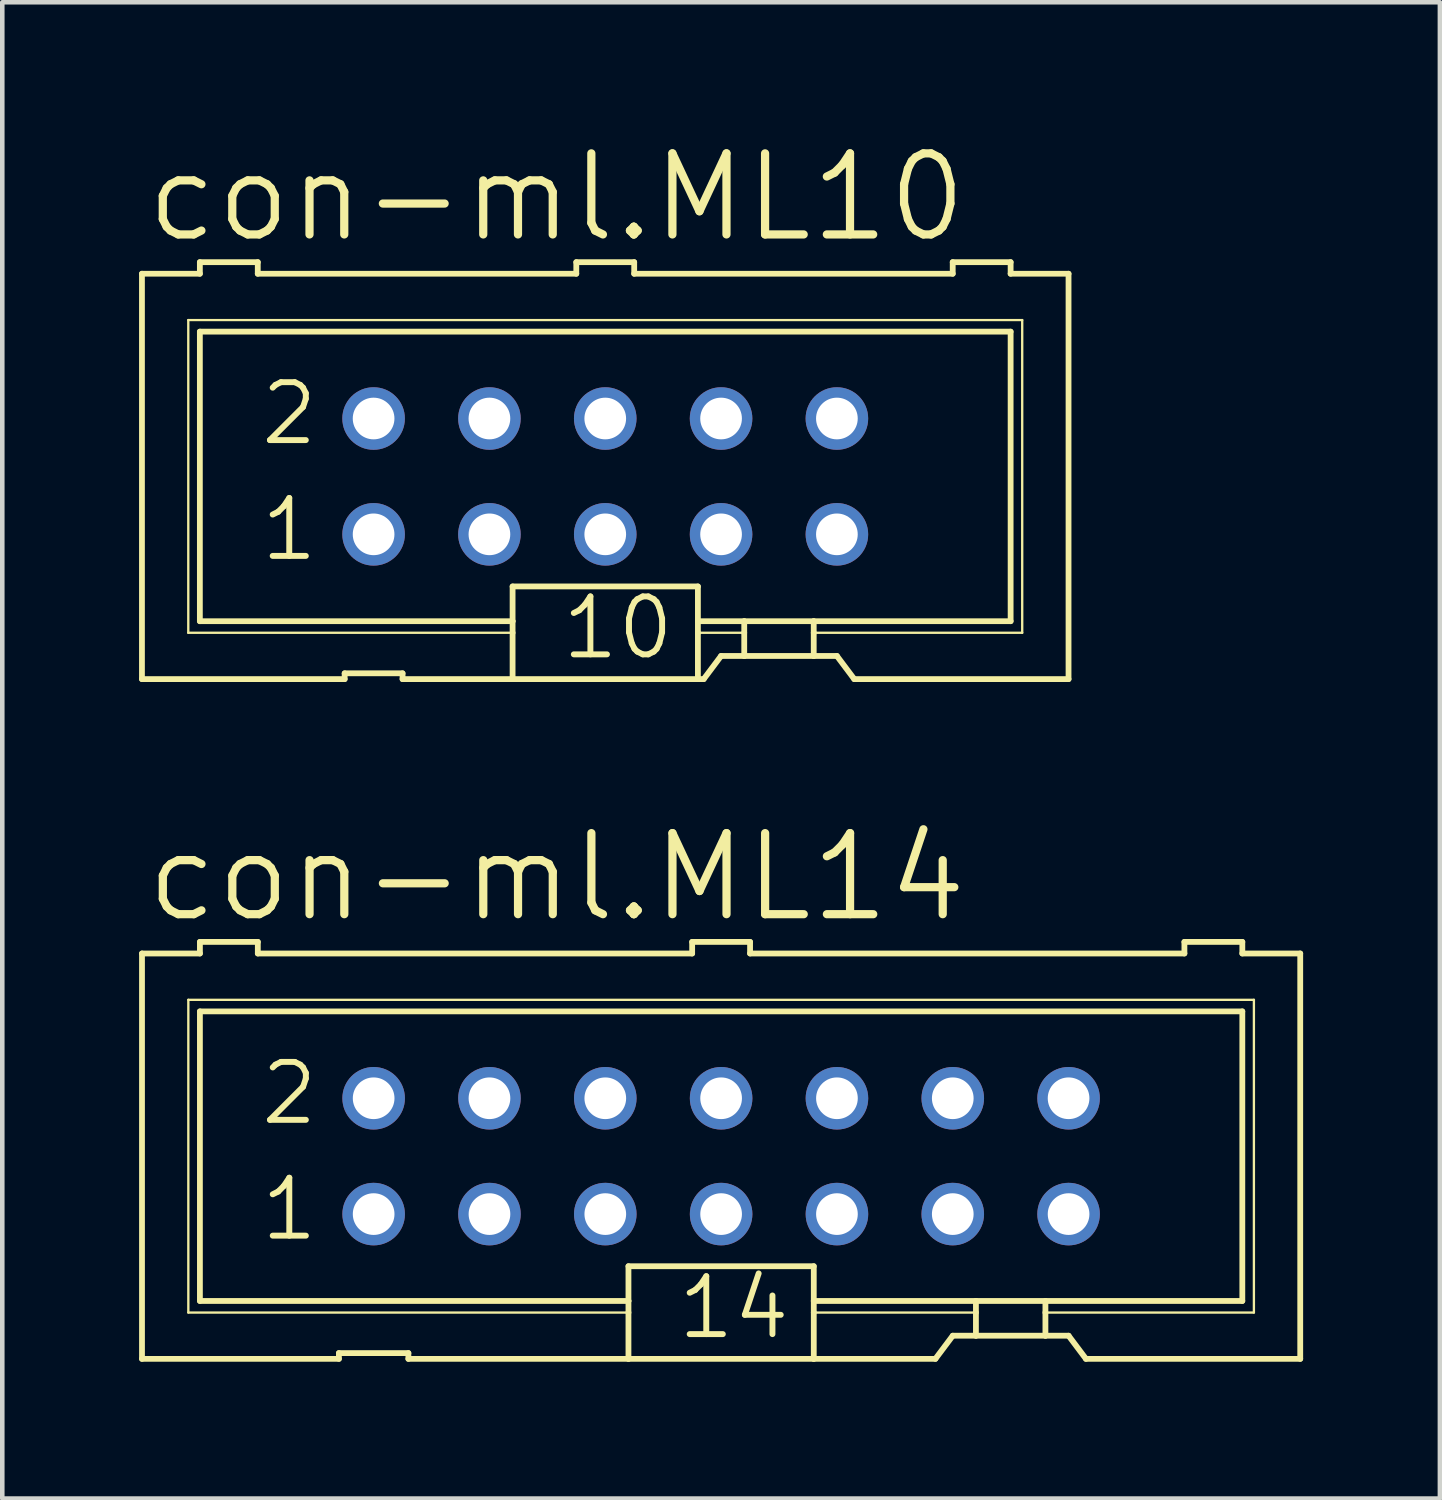
<source format=kicad_pcb>
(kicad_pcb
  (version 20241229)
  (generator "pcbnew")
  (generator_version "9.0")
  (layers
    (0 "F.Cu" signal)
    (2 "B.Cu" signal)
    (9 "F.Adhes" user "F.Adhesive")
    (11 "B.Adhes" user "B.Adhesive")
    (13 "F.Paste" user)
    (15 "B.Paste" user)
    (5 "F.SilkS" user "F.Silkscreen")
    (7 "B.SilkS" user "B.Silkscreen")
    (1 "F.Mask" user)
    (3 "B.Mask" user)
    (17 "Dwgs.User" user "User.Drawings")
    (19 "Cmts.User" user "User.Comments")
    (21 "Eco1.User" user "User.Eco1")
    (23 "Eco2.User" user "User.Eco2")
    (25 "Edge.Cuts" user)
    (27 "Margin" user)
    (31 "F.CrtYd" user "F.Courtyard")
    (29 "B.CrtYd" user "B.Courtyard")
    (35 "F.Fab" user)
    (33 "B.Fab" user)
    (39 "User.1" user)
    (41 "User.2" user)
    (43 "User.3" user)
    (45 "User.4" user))
  (footprint "con-ml.ML10"
    (layer "F.Cu")
    (at 10.223 7.398)
    (property "Reference" "con-ml.ML10" (at -10.16 -5.08 0) (layer "F.SilkS") (effects (font (size 1.778 1.778) (thickness 0.18)) (justify left bottom)))
    (attr through_hole)
    (fp_line (start -10.16 -4.445) (end -10.16 4.445) (stroke (width 0.127) (type default)) (layer "F.SilkS"))
    (fp_line (start -10.16 -4.445) (end -8.89 -4.445) (stroke (width 0.127) (type default)) (layer "F.SilkS"))
    (fp_line (start -9.144 -3.429) (end -9.144 3.429) (stroke (width 0.051) (type default)) (layer "F.SilkS"))
    (fp_line (start -9.144 3.429) (end -2.032 3.429) (stroke (width 0.051) (type default)) (layer "F.SilkS"))
    (fp_line (start -8.89 -4.699) (end -8.89 -4.445) (stroke (width 0.127) (type default)) (layer "F.SilkS"))
    (fp_line (start -8.89 -3.175) (end -8.89 3.175) (stroke (width 0.127) (type default)) (layer "F.SilkS"))
    (fp_line (start -8.89 -3.175) (end 8.89 -3.175) (stroke (width 0.127) (type default)) (layer "F.SilkS"))
    (fp_line (start -7.62 -4.699) (end -8.89 -4.699) (stroke (width 0.127) (type default)) (layer "F.SilkS"))
    (fp_line (start -7.62 -4.699) (end -7.62 -4.445) (stroke (width 0.127) (type default)) (layer "F.SilkS"))
    (fp_line (start -7.62 -4.445) (end -0.635 -4.445) (stroke (width 0.127) (type default)) (layer "F.SilkS"))
    (fp_line (start -5.715 4.445) (end -10.16 4.445) (stroke (width 0.127) (type default)) (layer "F.SilkS"))
    (fp_line (start -5.715 4.445) (end -5.715 4.318) (stroke (width 0.127) (type default)) (layer "F.SilkS"))
    (fp_line (start -4.445 4.318) (end -5.715 4.318) (stroke (width 0.127) (type default)) (layer "F.SilkS"))
    (fp_line (start -4.445 4.318) (end -4.445 4.445) (stroke (width 0.127) (type default)) (layer "F.SilkS"))
    (fp_line (start -2.032 3.175) (end -8.89 3.175) (stroke (width 0.127) (type default)) (layer "F.SilkS"))
    (fp_line (start -2.032 3.175) (end -2.032 2.413) (stroke (width 0.127) (type default)) (layer "F.SilkS"))
    (fp_line (start -2.032 3.175) (end -2.032 3.429) (stroke (width 0.127) (type default)) (layer "F.SilkS"))
    (fp_line (start -2.032 3.429) (end -2.032 4.445) (stroke (width 0.127) (type default)) (layer "F.SilkS"))
    (fp_line (start -2.032 4.445) (end -4.445 4.445) (stroke (width 0.127) (type default)) (layer "F.SilkS"))
    (fp_line (start -0.635 -4.699) (end -0.635 -4.445) (stroke (width 0.127) (type default)) (layer "F.SilkS"))
    (fp_line (start 0.635 -4.699) (end -0.635 -4.699) (stroke (width 0.127) (type default)) (layer "F.SilkS"))
    (fp_line (start 0.635 -4.699) (end 0.635 -4.445) (stroke (width 0.127) (type default)) (layer "F.SilkS"))
    (fp_line (start 0.635 -4.445) (end 7.62 -4.445) (stroke (width 0.127) (type default)) (layer "F.SilkS"))
    (fp_line (start 2.032 2.413) (end -2.032 2.413) (stroke (width 0.127) (type default)) (layer "F.SilkS"))
    (fp_line (start 2.032 2.413) (end 2.032 3.175) (stroke (width 0.127) (type default)) (layer "F.SilkS"))
    (fp_line (start 2.032 3.175) (end 2.032 3.429) (stroke (width 0.127) (type default)) (layer "F.SilkS"))
    (fp_line (start 2.032 3.429) (end 2.032 4.445) (stroke (width 0.127) (type default)) (layer "F.SilkS"))
    (fp_line (start 2.032 4.445) (end -2.032 4.445) (stroke (width 0.127) (type default)) (layer "F.SilkS"))
    (fp_line (start 2.159 4.445) (end 2.032 4.445) (stroke (width 0.127) (type default)) (layer "F.SilkS"))
    (fp_line (start 2.159 4.445) (end 2.54 3.937) (stroke (width 0.127) (type default)) (layer "F.SilkS"))
    (fp_line (start 3.048 3.175) (end 2.032 3.175) (stroke (width 0.127) (type default)) (layer "F.SilkS"))
    (fp_line (start 3.048 3.175) (end 3.048 3.429) (stroke (width 0.127) (type default)) (layer "F.SilkS"))
    (fp_line (start 3.048 3.429) (end 2.032 3.429) (stroke (width 0.051) (type default)) (layer "F.SilkS"))
    (fp_line (start 3.048 3.429) (end 3.048 3.937) (stroke (width 0.127) (type default)) (layer "F.SilkS"))
    (fp_line (start 3.048 3.937) (end 2.54 3.937) (stroke (width 0.127) (type default)) (layer "F.SilkS"))
    (fp_line (start 4.572 3.175) (end 3.048 3.175) (stroke (width 0.127) (type default)) (layer "F.SilkS"))
    (fp_line (start 4.572 3.175) (end 4.572 3.429) (stroke (width 0.127) (type default)) (layer "F.SilkS"))
    (fp_line (start 4.572 3.429) (end 4.572 3.937) (stroke (width 0.127) (type default)) (layer "F.SilkS"))
    (fp_line (start 4.572 3.429) (end 9.144 3.429) (stroke (width 0.051) (type default)) (layer "F.SilkS"))
    (fp_line (start 4.572 3.937) (end 3.048 3.937) (stroke (width 0.127) (type default)) (layer "F.SilkS"))
    (fp_line (start 5.08 3.937) (end 4.572 3.937) (stroke (width 0.127) (type default)) (layer "F.SilkS"))
    (fp_line (start 5.08 3.937) (end 5.461 4.445) (stroke (width 0.127) (type default)) (layer "F.SilkS"))
    (fp_line (start 7.62 -4.445) (end 7.62 -4.699) (stroke (width 0.127) (type default)) (layer "F.SilkS"))
    (fp_line (start 8.89 -4.699) (end 7.62 -4.699) (stroke (width 0.127) (type default)) (layer "F.SilkS"))
    (fp_line (start 8.89 -4.445) (end 8.89 -4.699) (stroke (width 0.127) (type default)) (layer "F.SilkS"))
    (fp_line (start 8.89 -4.445) (end 10.16 -4.445) (stroke (width 0.127) (type default)) (layer "F.SilkS"))
    (fp_line (start 8.89 3.175) (end 4.572 3.175) (stroke (width 0.127) (type default)) (layer "F.SilkS"))
    (fp_line (start 8.89 3.175) (end 8.89 -3.175) (stroke (width 0.127) (type default)) (layer "F.SilkS"))
    (fp_line (start 9.144 -3.429) (end -9.144 -3.429) (stroke (width 0.051) (type default)) (layer "F.SilkS"))
    (fp_line (start 9.144 3.429) (end 9.144 -3.429) (stroke (width 0.051) (type default)) (layer "F.SilkS"))
    (fp_line (start 10.16 4.445) (end 5.461 4.445) (stroke (width 0.127) (type default)) (layer "F.SilkS"))
    (fp_line (start 10.16 4.445) (end 10.16 -4.445) (stroke (width 0.127) (type default)) (layer "F.SilkS"))
    (fp_rect (start -5.334 -1.016) (end -4.826 -1.524) (stroke (width 0.05) (type default)) (fill no) (layer "F.Fab"))
    (fp_rect (start -5.334 1.524) (end -4.826 1.016) (stroke (width 0.05) (type default)) (fill no) (layer "F.Fab"))
    (fp_rect (start -2.794 -1.016) (end -2.286 -1.524) (stroke (width 0.05) (type default)) (fill no) (layer "F.Fab"))
    (fp_rect (start -2.794 1.524) (end -2.286 1.016) (stroke (width 0.05) (type default)) (fill no) (layer "F.Fab"))
    (fp_rect (start -0.254 -1.016) (end 0.254 -1.524) (stroke (width 0.05) (type default)) (fill no) (layer "F.Fab"))
    (fp_rect (start -0.254 1.524) (end 0.254 1.016) (stroke (width 0.05) (type default)) (fill no) (layer "F.Fab"))
    (fp_rect (start 2.286 -1.016) (end 2.794 -1.524) (stroke (width 0.05) (type default)) (fill no) (layer "F.Fab"))
    (fp_rect (start 2.286 1.524) (end 2.794 1.016) (stroke (width 0.05) (type default)) (fill no) (layer "F.Fab"))
    (fp_rect (start 4.826 -1.016) (end 5.334 -1.524) (stroke (width 0.05) (type default)) (fill no) (layer "F.Fab"))
    (fp_rect (start 4.826 1.524) (end 5.334 1.016) (stroke (width 0.05) (type default)) (fill no) (layer "F.Fab"))
    (fp_text user "2" (at -7.62 -0.635 0) (layer "F.SilkS") (effects (font (size 1.27 1.27) (thickness 0.13)) (justify left bottom)))
    (fp_text user "1" (at -7.62 1.905 0) (layer "F.SilkS") (effects (font (size 1.27 1.27) (thickness 0.13)) (justify left bottom)))
    (fp_text user "10" (at -1.016 4.064 0) (layer "F.SilkS") (effects (font (size 1.27 1.27) (thickness 0.13)) (justify left bottom)))
    (pad "1" thru_hole circle (at -5.08 1.27) (size 1.372 1.372) (drill 0.914) (layers "*.Cu" "*.Mask"))
    (pad "2" thru_hole circle (at -5.08 -1.27) (size 1.372 1.372) (drill 0.914) (layers "*.Cu" "*.Mask"))
    (pad "3" thru_hole circle (at -2.54 1.27) (size 1.372 1.372) (drill 0.914) (layers "*.Cu" "*.Mask"))
    (pad "4" thru_hole circle (at -2.54 -1.27) (size 1.372 1.372) (drill 0.914) (layers "*.Cu" "*.Mask"))
    (pad "5" thru_hole circle (at 0 1.27) (size 1.372 1.372) (drill 0.914) (layers "*.Cu" "*.Mask"))
    (pad "6" thru_hole circle (at 0 -1.27) (size 1.372 1.372) (drill 0.914) (layers "*.Cu" "*.Mask"))
    (pad "7" thru_hole circle (at 2.54 1.27) (size 1.372 1.372) (drill 0.914) (layers "*.Cu" "*.Mask"))
    (pad "8" thru_hole circle (at 2.54 -1.27) (size 1.372 1.372) (drill 0.914) (layers "*.Cu" "*.Mask"))
    (pad "9" thru_hole circle (at 5.08 1.27) (size 1.372 1.372) (drill 0.914) (layers "*.Cu" "*.Mask"))
    (pad "10" thru_hole circle (at 5.08 -1.27) (size 1.372 1.372) (drill 0.914) (layers "*.Cu" "*.Mask")))
  (footprint "con-ml.ML14"
    (layer "F.Cu")
    (at 12.764 22.305)
    (property "Reference" "con-ml.ML14" (at -12.7 -5.08 0) (layer "F.SilkS") (effects (font (size 1.778 1.778) (thickness 0.18)) (justify left bottom)))
    (attr through_hole)
    (fp_line (start -12.7 -4.445) (end -12.7 4.445) (stroke (width 0.127) (type default)) (layer "F.SilkS"))
    (fp_line (start -12.7 -4.445) (end -11.43 -4.445) (stroke (width 0.127) (type default)) (layer "F.SilkS"))
    (fp_line (start -11.684 -3.429) (end -11.684 3.429) (stroke (width 0.051) (type default)) (layer "F.SilkS"))
    (fp_line (start -11.684 3.429) (end -2.032 3.429) (stroke (width 0.051) (type default)) (layer "F.SilkS"))
    (fp_line (start -11.43 -4.699) (end -11.43 -4.445) (stroke (width 0.127) (type default)) (layer "F.SilkS"))
    (fp_line (start -11.43 -3.175) (end -11.43 3.175) (stroke (width 0.127) (type default)) (layer "F.SilkS"))
    (fp_line (start -11.43 -3.175) (end 11.43 -3.175) (stroke (width 0.127) (type default)) (layer "F.SilkS"))
    (fp_line (start -10.16 -4.699) (end -11.43 -4.699) (stroke (width 0.127) (type default)) (layer "F.SilkS"))
    (fp_line (start -10.16 -4.699) (end -10.16 -4.445) (stroke (width 0.127) (type default)) (layer "F.SilkS"))
    (fp_line (start -10.16 -4.445) (end -0.635 -4.445) (stroke (width 0.127) (type default)) (layer "F.SilkS"))
    (fp_line (start -8.382 4.445) (end -12.7 4.445) (stroke (width 0.127) (type default)) (layer "F.SilkS"))
    (fp_line (start -8.382 4.445) (end -8.382 4.318) (stroke (width 0.127) (type default)) (layer "F.SilkS"))
    (fp_line (start -6.858 4.318) (end -8.382 4.318) (stroke (width 0.127) (type default)) (layer "F.SilkS"))
    (fp_line (start -6.858 4.318) (end -6.858 4.445) (stroke (width 0.127) (type default)) (layer "F.SilkS"))
    (fp_line (start -2.032 3.175) (end -11.43 3.175) (stroke (width 0.127) (type default)) (layer "F.SilkS"))
    (fp_line (start -2.032 3.175) (end -2.032 2.413) (stroke (width 0.127) (type default)) (layer "F.SilkS"))
    (fp_line (start -2.032 3.175) (end -2.032 3.429) (stroke (width 0.127) (type default)) (layer "F.SilkS"))
    (fp_line (start -2.032 3.429) (end -2.032 4.445) (stroke (width 0.127) (type default)) (layer "F.SilkS"))
    (fp_line (start -2.032 4.445) (end -6.858 4.445) (stroke (width 0.127) (type default)) (layer "F.SilkS"))
    (fp_line (start -0.635 -4.699) (end -0.635 -4.445) (stroke (width 0.127) (type default)) (layer "F.SilkS"))
    (fp_line (start 0.635 -4.699) (end -0.635 -4.699) (stroke (width 0.127) (type default)) (layer "F.SilkS"))
    (fp_line (start 0.635 -4.699) (end 0.635 -4.445) (stroke (width 0.127) (type default)) (layer "F.SilkS"))
    (fp_line (start 0.635 -4.445) (end 10.16 -4.445) (stroke (width 0.127) (type default)) (layer "F.SilkS"))
    (fp_line (start 2.032 2.413) (end -2.032 2.413) (stroke (width 0.127) (type default)) (layer "F.SilkS"))
    (fp_line (start 2.032 2.413) (end 2.032 3.175) (stroke (width 0.127) (type default)) (layer "F.SilkS"))
    (fp_line (start 2.032 3.175) (end 2.032 3.429) (stroke (width 0.127) (type default)) (layer "F.SilkS"))
    (fp_line (start 2.032 3.429) (end 2.032 4.445) (stroke (width 0.127) (type default)) (layer "F.SilkS"))
    (fp_line (start 2.032 4.445) (end -2.032 4.445) (stroke (width 0.127) (type default)) (layer "F.SilkS"))
    (fp_line (start 4.699 4.445) (end 2.032 4.445) (stroke (width 0.127) (type default)) (layer "F.SilkS"))
    (fp_line (start 4.699 4.445) (end 5.08 3.937) (stroke (width 0.127) (type default)) (layer "F.SilkS"))
    (fp_line (start 5.588 3.175) (end 2.032 3.175) (stroke (width 0.127) (type default)) (layer "F.SilkS"))
    (fp_line (start 5.588 3.175) (end 5.588 3.429) (stroke (width 0.127) (type default)) (layer "F.SilkS"))
    (fp_line (start 5.588 3.429) (end 2.032 3.429) (stroke (width 0.051) (type default)) (layer "F.SilkS"))
    (fp_line (start 5.588 3.429) (end 5.588 3.937) (stroke (width 0.127) (type default)) (layer "F.SilkS"))
    (fp_line (start 5.588 3.937) (end 5.08 3.937) (stroke (width 0.127) (type default)) (layer "F.SilkS"))
    (fp_line (start 7.112 3.175) (end 5.588 3.175) (stroke (width 0.127) (type default)) (layer "F.SilkS"))
    (fp_line (start 7.112 3.175) (end 7.112 3.429) (stroke (width 0.127) (type default)) (layer "F.SilkS"))
    (fp_line (start 7.112 3.429) (end 7.112 3.937) (stroke (width 0.127) (type default)) (layer "F.SilkS"))
    (fp_line (start 7.112 3.429) (end 11.684 3.429) (stroke (width 0.051) (type default)) (layer "F.SilkS"))
    (fp_line (start 7.112 3.937) (end 5.588 3.937) (stroke (width 0.127) (type default)) (layer "F.SilkS"))
    (fp_line (start 7.62 3.937) (end 7.112 3.937) (stroke (width 0.127) (type default)) (layer "F.SilkS"))
    (fp_line (start 7.62 3.937) (end 8.001 4.445) (stroke (width 0.127) (type default)) (layer "F.SilkS"))
    (fp_line (start 10.16 -4.445) (end 10.16 -4.699) (stroke (width 0.127) (type default)) (layer "F.SilkS"))
    (fp_line (start 11.43 -4.699) (end 10.16 -4.699) (stroke (width 0.127) (type default)) (layer "F.SilkS"))
    (fp_line (start 11.43 -4.445) (end 11.43 -4.699) (stroke (width 0.127) (type default)) (layer "F.SilkS"))
    (fp_line (start 11.43 -4.445) (end 12.7 -4.445) (stroke (width 0.127) (type default)) (layer "F.SilkS"))
    (fp_line (start 11.43 3.175) (end 7.112 3.175) (stroke (width 0.127) (type default)) (layer "F.SilkS"))
    (fp_line (start 11.43 3.175) (end 11.43 -3.175) (stroke (width 0.127) (type default)) (layer "F.SilkS"))
    (fp_line (start 11.684 -3.429) (end -11.684 -3.429) (stroke (width 0.051) (type default)) (layer "F.SilkS"))
    (fp_line (start 11.684 3.429) (end 11.684 -3.429) (stroke (width 0.051) (type default)) (layer "F.SilkS"))
    (fp_line (start 12.7 4.445) (end 8.001 4.445) (stroke (width 0.127) (type default)) (layer "F.SilkS"))
    (fp_line (start 12.7 4.445) (end 12.7 -4.445) (stroke (width 0.127) (type default)) (layer "F.SilkS"))
    (fp_rect (start -7.874 -1.016) (end -7.366 -1.524) (stroke (width 0.05) (type default)) (fill no) (layer "F.Fab"))
    (fp_rect (start -7.874 1.524) (end -7.366 1.016) (stroke (width 0.05) (type default)) (fill no) (layer "F.Fab"))
    (fp_rect (start -5.334 -1.016) (end -4.826 -1.524) (stroke (width 0.05) (type default)) (fill no) (layer "F.Fab"))
    (fp_rect (start -5.334 1.524) (end -4.826 1.016) (stroke (width 0.05) (type default)) (fill no) (layer "F.Fab"))
    (fp_rect (start -2.794 -1.016) (end -2.286 -1.524) (stroke (width 0.05) (type default)) (fill no) (layer "F.Fab"))
    (fp_rect (start -2.794 1.524) (end -2.286 1.016) (stroke (width 0.05) (type default)) (fill no) (layer "F.Fab"))
    (fp_rect (start -0.254 -1.016) (end 0.254 -1.524) (stroke (width 0.05) (type default)) (fill no) (layer "F.Fab"))
    (fp_rect (start -0.254 1.524) (end 0.254 1.016) (stroke (width 0.05) (type default)) (fill no) (layer "F.Fab"))
    (fp_rect (start 2.286 -1.016) (end 2.794 -1.524) (stroke (width 0.05) (type default)) (fill no) (layer "F.Fab"))
    (fp_rect (start 2.286 1.524) (end 2.794 1.016) (stroke (width 0.05) (type default)) (fill no) (layer "F.Fab"))
    (fp_rect (start 4.826 -1.016) (end 5.334 -1.524) (stroke (width 0.05) (type default)) (fill no) (layer "F.Fab"))
    (fp_rect (start 4.826 1.524) (end 5.334 1.016) (stroke (width 0.05) (type default)) (fill no) (layer "F.Fab"))
    (fp_rect (start 7.366 -1.016) (end 7.874 -1.524) (stroke (width 0.05) (type default)) (fill no) (layer "F.Fab"))
    (fp_rect (start 7.366 1.524) (end 7.874 1.016) (stroke (width 0.05) (type default)) (fill no) (layer "F.Fab"))
    (fp_text user "1" (at -10.16 1.905 0) (layer "F.SilkS") (effects (font (size 1.27 1.27) (thickness 0.13)) (justify left bottom)))
    (fp_text user "2" (at -10.16 -0.635 0) (layer "F.SilkS") (effects (font (size 1.27 1.27) (thickness 0.13)) (justify left bottom)))
    (fp_text user "14" (at -1.016 4.064 0) (layer "F.SilkS") (effects (font (size 1.27 1.27) (thickness 0.13)) (justify left bottom)))
    (pad "1" thru_hole circle (at -7.62 1.27) (size 1.372 1.372) (drill 0.914) (layers "*.Cu" "*.Mask"))
    (pad "2" thru_hole circle (at -7.62 -1.27) (size 1.372 1.372) (drill 0.914) (layers "*.Cu" "*.Mask"))
    (pad "3" thru_hole circle (at -5.08 1.27) (size 1.372 1.372) (drill 0.914) (layers "*.Cu" "*.Mask"))
    (pad "4" thru_hole circle (at -5.08 -1.27) (size 1.372 1.372) (drill 0.914) (layers "*.Cu" "*.Mask"))
    (pad "5" thru_hole circle (at -2.54 1.27) (size 1.372 1.372) (drill 0.914) (layers "*.Cu" "*.Mask"))
    (pad "6" thru_hole circle (at -2.54 -1.27) (size 1.372 1.372) (drill 0.914) (layers "*.Cu" "*.Mask"))
    (pad "7" thru_hole circle (at 0 1.27) (size 1.372 1.372) (drill 0.914) (layers "*.Cu" "*.Mask"))
    (pad "8" thru_hole circle (at 0 -1.27) (size 1.372 1.372) (drill 0.914) (layers "*.Cu" "*.Mask"))
    (pad "9" thru_hole circle (at 2.54 1.27) (size 1.372 1.372) (drill 0.914) (layers "*.Cu" "*.Mask"))
    (pad "10" thru_hole circle (at 2.54 -1.27) (size 1.372 1.372) (drill 0.914) (layers "*.Cu" "*.Mask"))
    (pad "11" thru_hole circle (at 5.08 1.27) (size 1.372 1.372) (drill 0.914) (layers "*.Cu" "*.Mask"))
    (pad "12" thru_hole circle (at 5.08 -1.27) (size 1.372 1.372) (drill 0.914) (layers "*.Cu" "*.Mask"))
    (pad "13" thru_hole circle (at 7.62 1.27) (size 1.372 1.372) (drill 0.914) (layers "*.Cu" "*.Mask"))
    (pad "14" thru_hole circle (at 7.62 -1.27) (size 1.372 1.372) (drill 0.914) (layers "*.Cu" "*.Mask")))
  (gr_rect
    (start -3 -3)
    (end 28.527 29.813)
    (stroke (width 0.1) (type default))
    (fill no)
    (layer "Edge.Cuts")))
</source>
